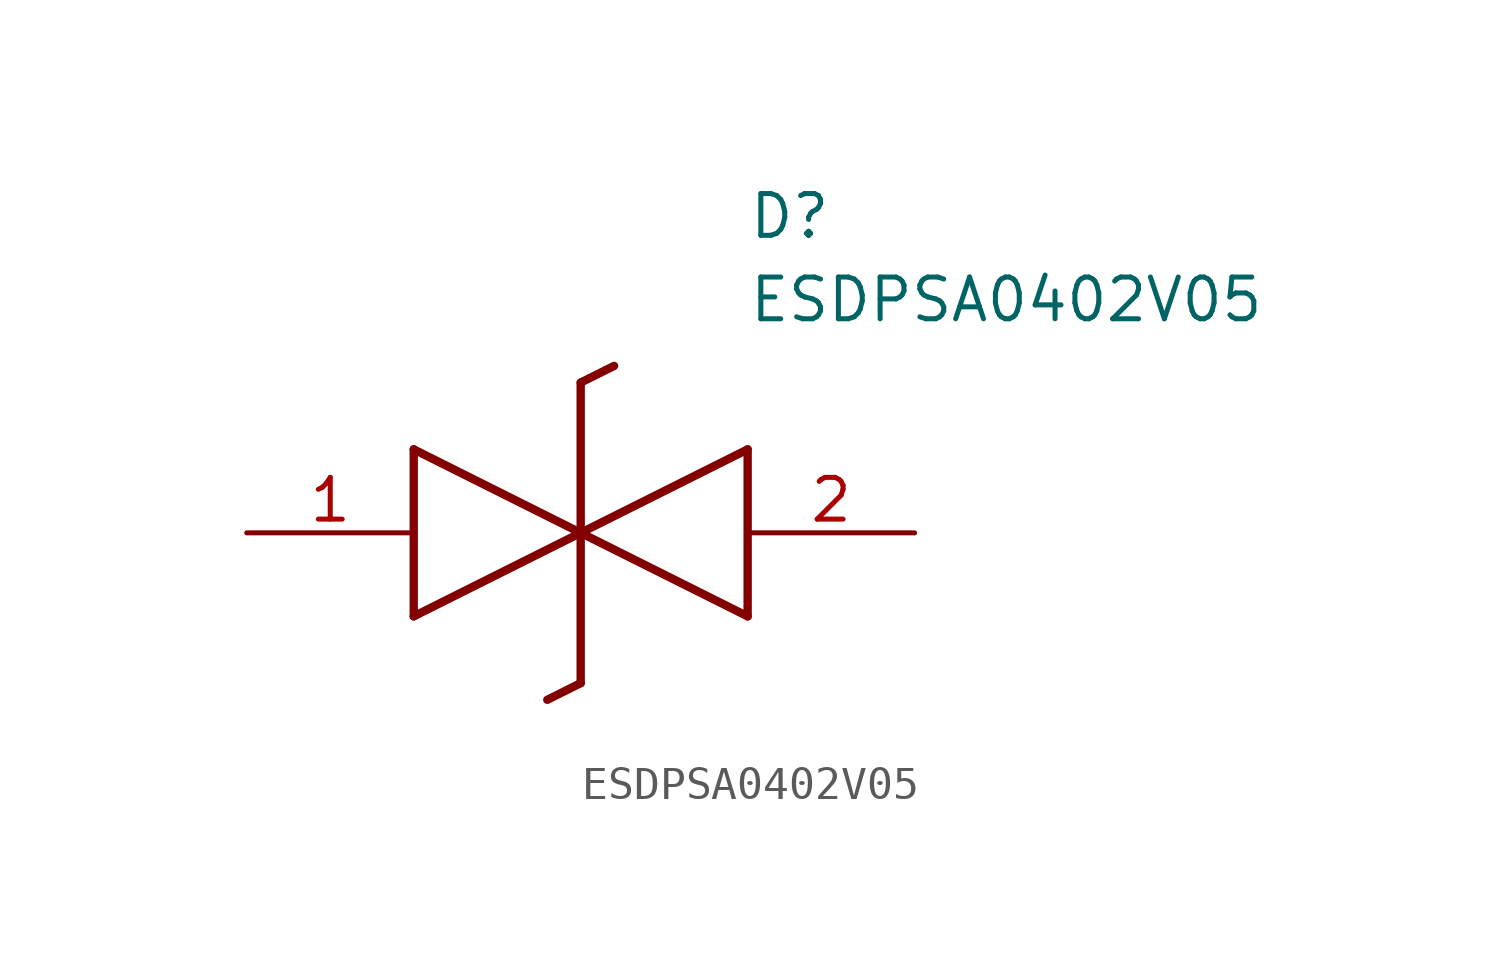
<source format=kicad_sym>
(kicad_symbol_lib
  (version 20211014)
  (generator SamacSys_ECAD_Model)
  (symbol "ESDPSA0402V05"
    (pin_names hide)
    (property "Reference" "D"
      (at 15.24 8.89 0)
      (effects (font (size 1.27 1.27)) (justify left bottom)))
    (property "Value" "ESDPSA0402V05"
      (at 15.24 6.35 0)
      (effects (font (size 1.27 1.27)) (justify left bottom)))
    (polyline
      (pts (xy 10.16 0) (xy 5.08 -2.54))
      (stroke (width 0.254) (type default))
      (fill (type none)))
    (polyline
      (pts (xy 5.08 2.54) (xy 5.08 -2.54))
      (stroke (width 0.254) (type default))
      (fill (type none)))
    (polyline
      (pts (xy 5.08 2.54) (xy 10.16 0))
      (stroke (width 0.254) (type default))
      (fill (type none)))
    (polyline
      (pts (xy 10.16 0) (xy 15.24 -2.54))
      (stroke (width 0.254) (type default))
      (fill (type none)))
    (polyline
      (pts (xy 15.24 2.54) (xy 15.24 -2.54))
      (stroke (width 0.254) (type default))
      (fill (type none)))
    (polyline
      (pts (xy 15.24 2.54) (xy 10.16 0))
      (stroke (width 0.254) (type default))
      (fill (type none)))
    (polyline
      (pts (xy 10.16 -4.572) (xy 10.16 4.572))
      (stroke (width 0.254) (type default))
      (fill (type none)))
    (polyline
      (pts (xy 11.176 5.08) (xy 10.16 4.572))
      (stroke (width 0.254) (type default))
      (fill (type none)))
    (polyline
      (pts (xy 10.16 -4.572) (xy 9.144 -5.08))
      (stroke (width 0.254) (type default))
      (fill (type none)))
    (pin passive line
      (at 0 0 0)
      (length 5.08)
      (name "K1" (effects (font (size 1.27 1.27))))
      (number "1" (effects (font (size 1.27 1.27)))))
    (pin passive line
      (at 20.32 0 180)
      (length 5.08)
      (name "K2" (effects (font (size 1.27 1.27))))
      (number "2" (effects (font (size 1.27 1.27)))))))
</source>
